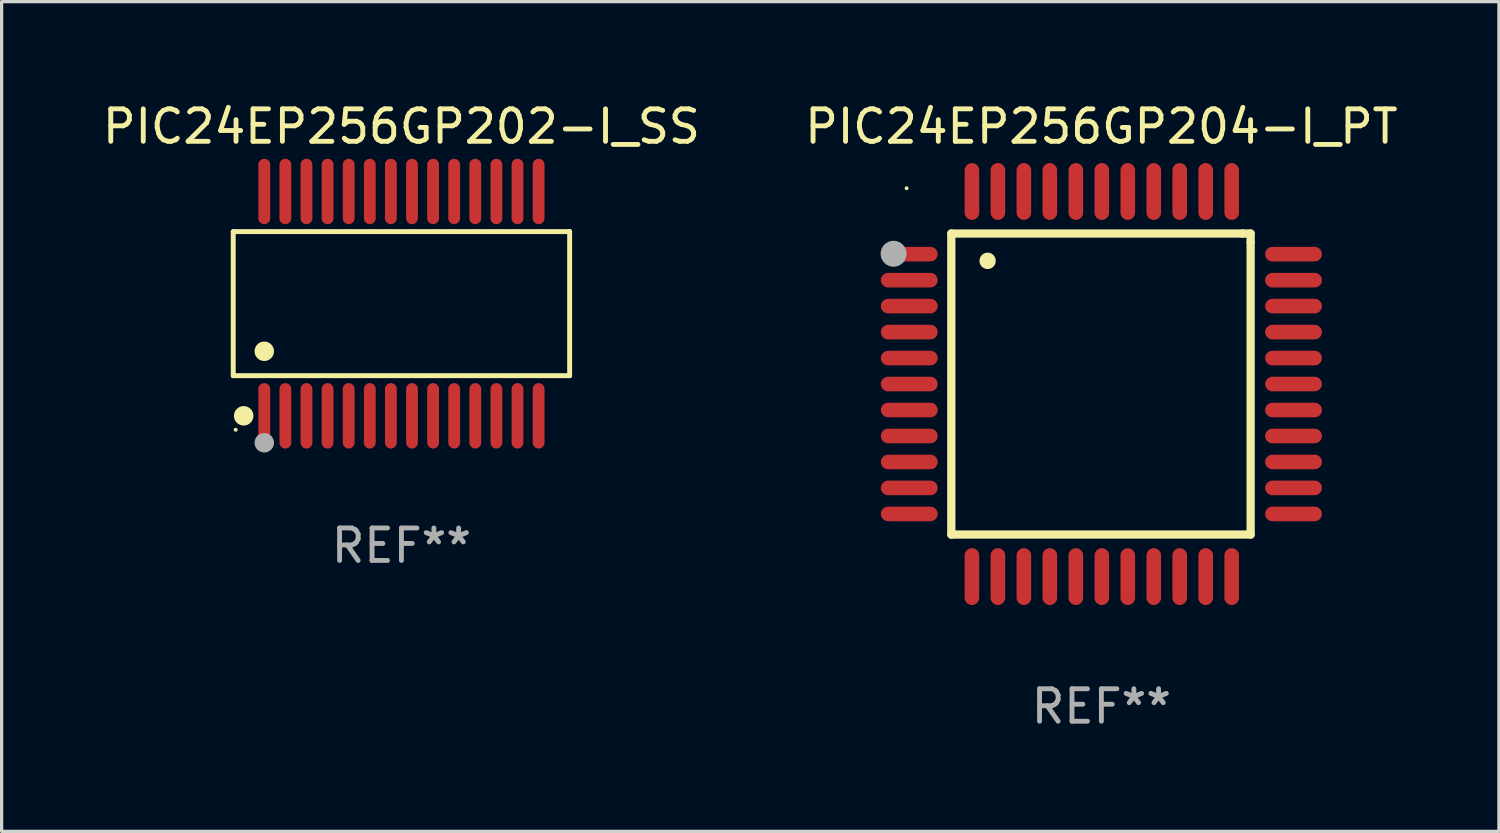
<source format=kicad_pcb>
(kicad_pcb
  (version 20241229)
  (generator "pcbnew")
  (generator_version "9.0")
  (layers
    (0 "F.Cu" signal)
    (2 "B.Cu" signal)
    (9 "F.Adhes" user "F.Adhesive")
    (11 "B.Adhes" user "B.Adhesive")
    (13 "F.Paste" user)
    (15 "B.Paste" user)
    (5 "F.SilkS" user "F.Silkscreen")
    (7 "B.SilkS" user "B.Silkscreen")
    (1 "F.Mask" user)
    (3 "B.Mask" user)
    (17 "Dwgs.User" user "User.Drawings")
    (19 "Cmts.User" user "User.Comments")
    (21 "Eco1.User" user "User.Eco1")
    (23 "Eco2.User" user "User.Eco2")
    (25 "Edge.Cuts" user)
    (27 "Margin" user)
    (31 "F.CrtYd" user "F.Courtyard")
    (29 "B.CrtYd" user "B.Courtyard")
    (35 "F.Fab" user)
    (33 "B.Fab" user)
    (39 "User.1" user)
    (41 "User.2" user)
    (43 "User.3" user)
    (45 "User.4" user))
  (footprint "PIC24EP256GP204-I_PT"
    (layer "F.Cu")
    (at 30.875 8.779)
    (property "Reference" "PIC24EP256GP204-I_PT" (at 0 -7.931 0) (layer "F.SilkS") (effects (font (size 1 1) (thickness 0.15))))
    (attr through_hole)
    (fp_line (start -4.623 -4.636) (end 4.35 -4.636) (stroke (width 0.254) (type solid)) (layer "F.SilkS"))
    (fp_line (start -4.623 4.636) (end -4.623 -4.636) (stroke (width 0.254) (type solid)) (layer "F.SilkS"))
    (fp_line (start 4.35 -4.636) (end 4.597 -4.636) (stroke (width 0.254) (type solid)) (layer "F.SilkS"))
    (fp_line (start 4.597 -4.636) (end 4.597 -4.363) (stroke (width 0.254) (type solid)) (layer "F.SilkS"))
    (fp_line (start 4.597 -4.363) (end 4.597 4.636) (stroke (width 0.254) (type solid)) (layer "F.SilkS"))
    (fp_line (start 4.597 4.636) (end -4.623 4.636) (stroke (width 0.254) (type solid)) (layer "F.SilkS"))
    (fp_arc (start -3.505207 -3.792228) (mid -3.50522 -3.794768) (end -3.505207 -3.797308) (stroke (width 0.5) (type solid)) (layer "F.SilkS"))
    (fp_circle (center -6 -6.03) (end -5.97 -6.03) (stroke (width 0.06) (type solid)) (fill no) (layer "F.SilkS"))
    (fp_circle (center -6.401 -4.013) (end -6.201 -4.013) (stroke (width 0.4) (type solid)) (fill no) (layer "F.Fab"))
    (fp_text user "REF**" (at 0 9.931 0) (layer "F.Fab") (effects (font (size 1 1) (thickness 0.15))))
    (pad "1" smd oval (at -5.918 -4.001 90) (size 0.45 1.75) (layers "F.Cu" "F.Mask" "F.Paste"))
    (pad "2" smd oval (at -5.918 -3.2 90) (size 0.45 1.75) (layers "F.Cu" "F.Mask" "F.Paste"))
    (pad "3" smd oval (at -5.918 -2.4 90) (size 0.45 1.75) (layers "F.Cu" "F.Mask" "F.Paste"))
    (pad "4" smd oval (at -5.918 -1.6 90) (size 0.45 1.75) (layers "F.Cu" "F.Mask" "F.Paste"))
    (pad "5" smd oval (at -5.918 -0.8 90) (size 0.45 1.75) (layers "F.Cu" "F.Mask" "F.Paste"))
    (pad "6" smd oval (at -5.918 0 90) (size 0.45 1.75) (layers "F.Cu" "F.Mask" "F.Paste"))
    (pad "7" smd oval (at -5.918 0.8 90) (size 0.45 1.75) (layers "F.Cu" "F.Mask" "F.Paste"))
    (pad "8" smd oval (at -5.918 1.6 90) (size 0.45 1.75) (layers "F.Cu" "F.Mask" "F.Paste"))
    (pad "9" smd oval (at -5.918 2.4 90) (size 0.45 1.75) (layers "F.Cu" "F.Mask" "F.Paste"))
    (pad "10" smd oval (at -5.918 3.2 90) (size 0.45 1.75) (layers "F.Cu" "F.Mask" "F.Paste"))
    (pad "11" smd oval (at -5.918 4.001 90) (size 0.45 1.75) (layers "F.Cu" "F.Mask" "F.Paste"))
    (pad "12" smd oval (at -3.988 5.931) (size 0.45 1.75) (layers "F.Cu" "F.Mask" "F.Paste"))
    (pad "13" smd oval (at -3.188 5.931) (size 0.45 1.75) (layers "F.Cu" "F.Mask" "F.Paste"))
    (pad "14" smd oval (at -2.388 5.931) (size 0.45 1.75) (layers "F.Cu" "F.Mask" "F.Paste"))
    (pad "15" smd oval (at -1.588 5.931) (size 0.45 1.75) (layers "F.Cu" "F.Mask" "F.Paste"))
    (pad "16" smd oval (at -0.787 5.931) (size 0.45 1.75) (layers "F.Cu" "F.Mask" "F.Paste"))
    (pad "17" smd oval (at 0.013 5.931) (size 0.45 1.75) (layers "F.Cu" "F.Mask" "F.Paste"))
    (pad "18" smd oval (at 0.813 5.931) (size 0.45 1.75) (layers "F.Cu" "F.Mask" "F.Paste"))
    (pad "19" smd oval (at 1.613 5.931) (size 0.45 1.75) (layers "F.Cu" "F.Mask" "F.Paste"))
    (pad "20" smd oval (at 2.413 5.931) (size 0.45 1.75) (layers "F.Cu" "F.Mask" "F.Paste"))
    (pad "21" smd oval (at 3.213 5.931) (size 0.45 1.75) (layers "F.Cu" "F.Mask" "F.Paste"))
    (pad "22" smd oval (at 4.013 5.931) (size 0.45 1.75) (layers "F.Cu" "F.Mask" "F.Paste"))
    (pad "23" smd oval (at 5.918 4.001 90) (size 0.45 1.75) (layers "F.Cu" "F.Mask" "F.Paste"))
    (pad "24" smd oval (at 5.918 3.2 90) (size 0.45 1.75) (layers "F.Cu" "F.Mask" "F.Paste"))
    (pad "25" smd oval (at 5.918 2.4 90) (size 0.45 1.75) (layers "F.Cu" "F.Mask" "F.Paste"))
    (pad "26" smd oval (at 5.918 1.6 90) (size 0.45 1.75) (layers "F.Cu" "F.Mask" "F.Paste"))
    (pad "27" smd oval (at 5.918 0.8 90) (size 0.45 1.75) (layers "F.Cu" "F.Mask" "F.Paste"))
    (pad "28" smd oval (at 5.918 0 90) (size 0.45 1.75) (layers "F.Cu" "F.Mask" "F.Paste"))
    (pad "29" smd oval (at 5.918 -0.8 90) (size 0.45 1.75) (layers "F.Cu" "F.Mask" "F.Paste"))
    (pad "30" smd oval (at 5.918 -1.6 90) (size 0.45 1.75) (layers "F.Cu" "F.Mask" "F.Paste"))
    (pad "31" smd oval (at 5.918 -2.4 90) (size 0.45 1.75) (layers "F.Cu" "F.Mask" "F.Paste"))
    (pad "32" smd oval (at 5.918 -3.2 90) (size 0.45 1.75) (layers "F.Cu" "F.Mask" "F.Paste"))
    (pad "33" smd oval (at 5.918 -4.001 90) (size 0.45 1.75) (layers "F.Cu" "F.Mask" "F.Paste"))
    (pad "34" smd oval (at 4.013 -5.931) (size 0.45 1.75) (layers "F.Cu" "F.Mask" "F.Paste"))
    (pad "35" smd oval (at 3.213 -5.931) (size 0.45 1.75) (layers "F.Cu" "F.Mask" "F.Paste"))
    (pad "36" smd oval (at 2.413 -5.931) (size 0.45 1.75) (layers "F.Cu" "F.Mask" "F.Paste"))
    (pad "37" smd oval (at 1.613 -5.931) (size 0.45 1.75) (layers "F.Cu" "F.Mask" "F.Paste"))
    (pad "38" smd oval (at 0.813 -5.931) (size 0.45 1.75) (layers "F.Cu" "F.Mask" "F.Paste"))
    (pad "39" smd oval (at 0.013 -5.931) (size 0.45 1.75) (layers "F.Cu" "F.Mask" "F.Paste"))
    (pad "40" smd oval (at -0.787 -5.931) (size 0.45 1.75) (layers "F.Cu" "F.Mask" "F.Paste"))
    (pad "41" smd oval (at -1.588 -5.931) (size 0.45 1.75) (layers "F.Cu" "F.Mask" "F.Paste"))
    (pad "42" smd oval (at -2.388 -5.931) (size 0.45 1.75) (layers "F.Cu" "F.Mask" "F.Paste"))
    (pad "43" smd oval (at -3.188 -5.931) (size 0.45 1.75) (layers "F.Cu" "F.Mask" "F.Paste"))
    (pad "44" smd oval (at -3.988 -5.931) (size 0.45 1.75) (layers "F.Cu" "F.Mask" "F.Paste")))
  (footprint "PIC24EP256GP202-I_SS"
    (layer "F.Cu")
    (at 9.315 6.303)
    (property "Reference" "PIC24EP256GP202-I_SS" (at 0 -5.455 0) (layer "F.SilkS") (effects (font (size 1 1) (thickness 0.15))))
    (attr through_hole)
    (fp_line (start -5.181 -2.219) (end 5.181 -2.219) (stroke (width 0.152) (type solid)) (layer "F.SilkS"))
    (fp_line (start -5.181 2.219) (end -5.181 -2.219) (stroke (width 0.152) (type solid)) (layer "F.SilkS"))
    (fp_line (start 5.181 -2.219) (end 5.181 2.219) (stroke (width 0.152) (type solid)) (layer "F.SilkS"))
    (fp_line (start 5.181 2.219) (end -5.181 2.219) (stroke (width 0.152) (type solid)) (layer "F.SilkS"))
    (fp_circle (center -5.105 3.885) (end -5.075 3.885) (stroke (width 0.06) (type solid)) (fill no) (layer "F.SilkS"))
    (fp_circle (center -4.859 3.455) (end -4.709 3.455) (stroke (width 0.3) (type solid)) (fill no) (layer "F.SilkS"))
    (fp_circle (center -4.225 1.467) (end -4.075 1.467) (stroke (width 0.3) (type solid)) (fill no) (layer "F.SilkS"))
    (fp_circle (center -4.225 4.285) (end -4.075 4.285) (stroke (width 0.3) (type solid)) (fill no) (layer "F.Fab"))
    (fp_text user "REF**" (at 0 7.455 0) (layer "F.Fab") (effects (font (size 1 1) (thickness 0.15))))
    (pad "1" smd oval (at -4.225 3.455) (size 0.364 2.015) (layers "F.Cu" "F.Mask" "F.Paste"))
    (pad "2" smd oval (at -3.575 3.455) (size 0.364 2.015) (layers "F.Cu" "F.Mask" "F.Paste"))
    (pad "3" smd oval (at -2.925 3.455) (size 0.364 2.015) (layers "F.Cu" "F.Mask" "F.Paste"))
    (pad "4" smd oval (at -2.275 3.455) (size 0.364 2.015) (layers "F.Cu" "F.Mask" "F.Paste"))
    (pad "5" smd oval (at -1.625 3.455) (size 0.364 2.015) (layers "F.Cu" "F.Mask" "F.Paste"))
    (pad "6" smd oval (at -0.975 3.455) (size 0.364 2.015) (layers "F.Cu" "F.Mask" "F.Paste"))
    (pad "7" smd oval (at -0.325 3.455) (size 0.364 2.015) (layers "F.Cu" "F.Mask" "F.Paste"))
    (pad "8" smd oval (at 0.325 3.455) (size 0.364 2.015) (layers "F.Cu" "F.Mask" "F.Paste"))
    (pad "9" smd oval (at 0.975 3.455) (size 0.364 2.015) (layers "F.Cu" "F.Mask" "F.Paste"))
    (pad "10" smd oval (at 1.625 3.455) (size 0.364 2.015) (layers "F.Cu" "F.Mask" "F.Paste"))
    (pad "11" smd oval (at 2.275 3.455) (size 0.364 2.015) (layers "F.Cu" "F.Mask" "F.Paste"))
    (pad "12" smd oval (at 2.925 3.455) (size 0.364 2.015) (layers "F.Cu" "F.Mask" "F.Paste"))
    (pad "13" smd oval (at 3.575 3.455) (size 0.364 2.015) (layers "F.Cu" "F.Mask" "F.Paste"))
    (pad "14" smd oval (at 4.225 3.455) (size 0.364 2.015) (layers "F.Cu" "F.Mask" "F.Paste"))
    (pad "15" smd oval (at 4.225 -3.455) (size 0.364 2.015) (layers "F.Cu" "F.Mask" "F.Paste"))
    (pad "16" smd oval (at 3.575 -3.455) (size 0.364 2.015) (layers "F.Cu" "F.Mask" "F.Paste"))
    (pad "17" smd oval (at 2.925 -3.455) (size 0.364 2.015) (layers "F.Cu" "F.Mask" "F.Paste"))
    (pad "18" smd oval (at 2.275 -3.455) (size 0.364 2.015) (layers "F.Cu" "F.Mask" "F.Paste"))
    (pad "19" smd oval (at 1.625 -3.455) (size 0.364 2.015) (layers "F.Cu" "F.Mask" "F.Paste"))
    (pad "20" smd oval (at 0.975 -3.455) (size 0.364 2.015) (layers "F.Cu" "F.Mask" "F.Paste"))
    (pad "21" smd oval (at 0.325 -3.455) (size 0.364 2.015) (layers "F.Cu" "F.Mask" "F.Paste"))
    (pad "22" smd oval (at -0.325 -3.455) (size 0.364 2.015) (layers "F.Cu" "F.Mask" "F.Paste"))
    (pad "23" smd oval (at -0.975 -3.455) (size 0.364 2.015) (layers "F.Cu" "F.Mask" "F.Paste"))
    (pad "24" smd oval (at -1.625 -3.455) (size 0.364 2.015) (layers "F.Cu" "F.Mask" "F.Paste"))
    (pad "25" smd oval (at -2.275 -3.455) (size 0.364 2.015) (layers "F.Cu" "F.Mask" "F.Paste"))
    (pad "26" smd oval (at -2.925 -3.455) (size 0.364 2.015) (layers "F.Cu" "F.Mask" "F.Paste"))
    (pad "27" smd oval (at -3.575 -3.455) (size 0.364 2.015) (layers "F.Cu" "F.Mask" "F.Paste"))
    (pad "28" smd oval (at -4.225 -3.455) (size 0.364 2.015) (layers "F.Cu" "F.Mask" "F.Paste")))
  (gr_rect
    (start -3 -3)
    (end 43.119 22.558)
    (stroke (width 0.1) (type default))
    (fill no)
    (layer "Edge.Cuts")))
</source>
